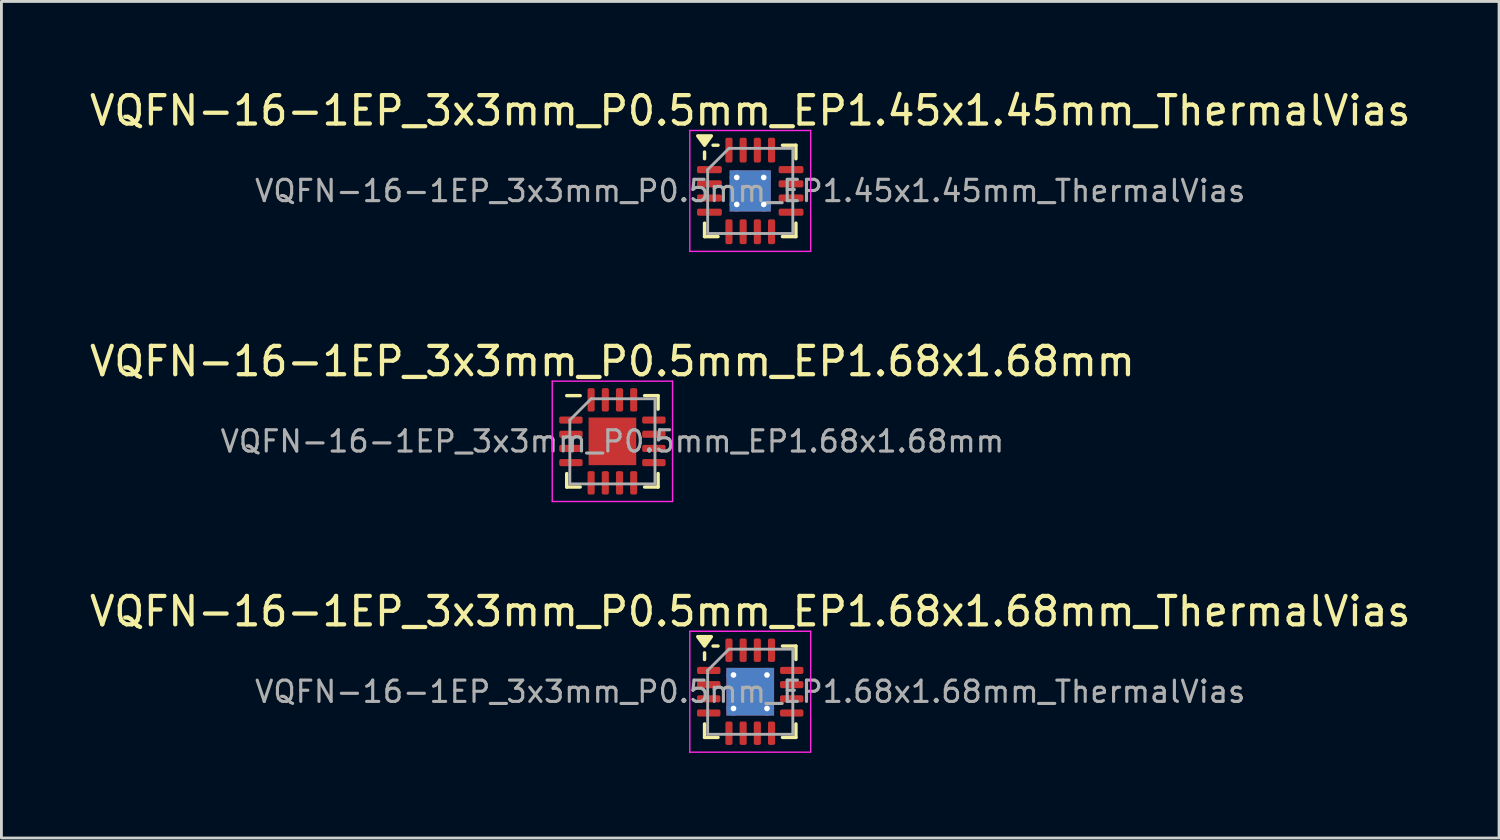
<source format=kicad_pcb>
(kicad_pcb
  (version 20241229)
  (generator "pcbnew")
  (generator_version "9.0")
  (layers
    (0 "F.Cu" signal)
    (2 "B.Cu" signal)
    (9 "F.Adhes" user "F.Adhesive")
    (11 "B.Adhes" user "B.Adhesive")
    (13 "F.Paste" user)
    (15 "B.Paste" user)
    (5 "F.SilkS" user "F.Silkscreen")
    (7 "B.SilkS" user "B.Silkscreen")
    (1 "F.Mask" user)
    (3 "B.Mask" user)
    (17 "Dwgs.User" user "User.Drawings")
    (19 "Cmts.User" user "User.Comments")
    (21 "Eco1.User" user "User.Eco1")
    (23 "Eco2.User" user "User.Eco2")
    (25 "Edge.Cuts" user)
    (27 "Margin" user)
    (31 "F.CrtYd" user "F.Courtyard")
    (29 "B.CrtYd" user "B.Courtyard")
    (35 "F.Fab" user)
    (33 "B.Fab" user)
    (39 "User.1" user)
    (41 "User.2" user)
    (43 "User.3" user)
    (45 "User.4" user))
  (footprint "VQFN-16-1EP_3x3mm_P0.5mm_EP1.68x1.68mm_ThermalVias"
    (layer "F.Cu")
    (at 23.387 21.325)
    (property "Reference" "VQFN-16-1EP_3x3mm_P0.5mm_EP1.68x1.68mm_ThermalVias" (at 0 -2.83 0) (layer "F.SilkS") (effects (font (size 1 1) (thickness 0.15))))
    (attr smd)
    (fp_line (start -1.61 -1.135) (end -1.61 -1.37) (stroke (width 0.12) (type solid)) (layer "F.SilkS"))
    (fp_line (start -1.61 1.61) (end -1.61 1.135) (stroke (width 0.12) (type solid)) (layer "F.SilkS"))
    (fp_line (start -1.135 -1.61) (end -1.31 -1.61) (stroke (width 0.12) (type solid)) (layer "F.SilkS"))
    (fp_line (start -1.135 1.61) (end -1.61 1.61) (stroke (width 0.12) (type solid)) (layer "F.SilkS"))
    (fp_line (start 1.135 -1.61) (end 1.61 -1.61) (stroke (width 0.12) (type solid)) (layer "F.SilkS"))
    (fp_line (start 1.135 1.61) (end 1.61 1.61) (stroke (width 0.12) (type solid)) (layer "F.SilkS"))
    (fp_line (start 1.61 -1.61) (end 1.61 -1.135) (stroke (width 0.12) (type solid)) (layer "F.SilkS"))
    (fp_line (start 1.61 1.61) (end 1.61 1.135) (stroke (width 0.12) (type solid)) (layer "F.SilkS"))
    (fp_poly (pts (xy -1.61 -1.61) (xy -1.85 -1.94) (xy -1.37 -1.94) (xy -1.61 -1.61)) (stroke (width 0.12) (type solid)) (fill yes) (layer "F.SilkS"))
    (fp_line (start -2.13 -2.13) (end -2.13 2.13) (stroke (width 0.05) (type solid)) (layer "F.CrtYd"))
    (fp_line (start -2.13 2.13) (end 2.13 2.13) (stroke (width 0.05) (type solid)) (layer "F.CrtYd"))
    (fp_line (start 2.13 -2.13) (end -2.13 -2.13) (stroke (width 0.05) (type solid)) (layer "F.CrtYd"))
    (fp_line (start 2.13 2.13) (end 2.13 -2.13) (stroke (width 0.05) (type solid)) (layer "F.CrtYd"))
    (fp_line (start -1.5 -0.75) (end -0.75 -1.5) (stroke (width 0.1) (type solid)) (layer "F.Fab"))
    (fp_line (start -1.5 1.5) (end -1.5 -0.75) (stroke (width 0.1) (type solid)) (layer "F.Fab"))
    (fp_line (start -0.75 -1.5) (end 1.5 -1.5) (stroke (width 0.1) (type solid)) (layer "F.Fab"))
    (fp_line (start 1.5 -1.5) (end 1.5 1.5) (stroke (width 0.1) (type solid)) (layer "F.Fab"))
    (fp_line (start 1.5 1.5) (end -1.5 1.5) (stroke (width 0.1) (type solid)) (layer "F.Fab"))
    (fp_text user "${REFERENCE}" (at 0 0 0) (layer "F.Fab") (effects (font (size 0.75 0.75) (thickness 0.11))))
    (pad "" smd roundrect (at -0.42 -0.42) (size 0.73 0.73) (layers "F.Paste") (roundrect_rratio 0.25))
    (pad "" smd roundrect (at -0.42 0.42) (size 0.73 0.73) (layers "F.Paste") (roundrect_rratio 0.25))
    (pad "" smd roundrect (at 0.42 -0.42) (size 0.73 0.73) (layers "F.Paste") (roundrect_rratio 0.25))
    (pad "" smd roundrect (at 0.42 0.42) (size 0.73 0.73) (layers "F.Paste") (roundrect_rratio 0.25))
    (pad "1" smd roundrect (at -1.462 -0.75) (size 0.825 0.25) (layers "F.Cu" "F.Mask" "F.Paste") (roundrect_rratio 0.25))
    (pad "2" smd roundrect (at -1.462 -0.25) (size 0.825 0.25) (layers "F.Cu" "F.Mask" "F.Paste") (roundrect_rratio 0.25))
    (pad "3" smd roundrect (at -1.462 0.25) (size 0.825 0.25) (layers "F.Cu" "F.Mask" "F.Paste") (roundrect_rratio 0.25))
    (pad "4" smd roundrect (at -1.462 0.75) (size 0.825 0.25) (layers "F.Cu" "F.Mask" "F.Paste") (roundrect_rratio 0.25))
    (pad "5" smd roundrect (at -0.75 1.462) (size 0.25 0.825) (layers "F.Cu" "F.Mask" "F.Paste") (roundrect_rratio 0.25))
    (pad "6" smd roundrect (at -0.25 1.462) (size 0.25 0.825) (layers "F.Cu" "F.Mask" "F.Paste") (roundrect_rratio 0.25))
    (pad "7" smd roundrect (at 0.25 1.462) (size 0.25 0.825) (layers "F.Cu" "F.Mask" "F.Paste") (roundrect_rratio 0.25))
    (pad "8" smd roundrect (at 0.75 1.462) (size 0.25 0.825) (layers "F.Cu" "F.Mask" "F.Paste") (roundrect_rratio 0.25))
    (pad "9" smd roundrect (at 1.462 0.75) (size 0.825 0.25) (layers "F.Cu" "F.Mask" "F.Paste") (roundrect_rratio 0.25))
    (pad "10" smd roundrect (at 1.462 0.25) (size 0.825 0.25) (layers "F.Cu" "F.Mask" "F.Paste") (roundrect_rratio 0.25))
    (pad "11" smd roundrect (at 1.462 -0.25) (size 0.825 0.25) (layers "F.Cu" "F.Mask" "F.Paste") (roundrect_rratio 0.25))
    (pad "12" smd roundrect (at 1.462 -0.75) (size 0.825 0.25) (layers "F.Cu" "F.Mask" "F.Paste") (roundrect_rratio 0.25))
    (pad "13" smd roundrect (at 0.75 -1.462) (size 0.25 0.825) (layers "F.Cu" "F.Mask" "F.Paste") (roundrect_rratio 0.25))
    (pad "14" smd roundrect (at 0.25 -1.462) (size 0.25 0.825) (layers "F.Cu" "F.Mask" "F.Paste") (roundrect_rratio 0.25))
    (pad "15" smd roundrect (at -0.25 -1.462) (size 0.25 0.825) (layers "F.Cu" "F.Mask" "F.Paste") (roundrect_rratio 0.25))
    (pad "16" smd roundrect (at -0.75 -1.462) (size 0.25 0.825) (layers "F.Cu" "F.Mask" "F.Paste") (roundrect_rratio 0.25))
    (pad "17" thru_hole circle (at -0.59 -0.59) (size 0.5 0.5) (drill 0.2) (property pad_prop_heatsink) (layers "*.Cu"))
    (pad "17" thru_hole circle (at -0.59 0.59) (size 0.5 0.5) (drill 0.2) (property pad_prop_heatsink) (layers "*.Cu"))
    (pad "17" smd rect (at 0 0) (size 1.68 1.68) (property pad_prop_heatsink) (layers "F.Cu" "F.Mask"))
    (pad "17" smd rect (at 0 0) (size 1.68 1.68) (property pad_prop_heatsink) (layers "B.Cu"))
    (pad "17" thru_hole circle (at 0.59 -0.59) (size 0.5 0.5) (drill 0.2) (property pad_prop_heatsink) (layers "*.Cu"))
    (pad "17" thru_hole circle (at 0.59 0.59) (size 0.5 0.5) (drill 0.2) (property pad_prop_heatsink) (layers "*.Cu")))
  (footprint "VQFN-16-1EP_3x3mm_P0.5mm_EP1.68x1.68mm"
    (layer "F.Cu")
    (at 18.53 12.502)
    (property "Reference" "VQFN-16-1EP_3x3mm_P0.5mm_EP1.68x1.68mm" (at 0 -2.82 0) (layer "F.SilkS") (effects (font (size 1 1) (thickness 0.15))))
    (attr smd)
    (fp_line (start -1.61 1.61) (end -1.61 1.135) (stroke (width 0.12) (type solid)) (layer "F.SilkS"))
    (fp_line (start -1.135 -1.61) (end -1.61 -1.61) (stroke (width 0.12) (type solid)) (layer "F.SilkS"))
    (fp_line (start -1.135 1.61) (end -1.61 1.61) (stroke (width 0.12) (type solid)) (layer "F.SilkS"))
    (fp_line (start 1.135 -1.61) (end 1.61 -1.61) (stroke (width 0.12) (type solid)) (layer "F.SilkS"))
    (fp_line (start 1.135 1.61) (end 1.61 1.61) (stroke (width 0.12) (type solid)) (layer "F.SilkS"))
    (fp_line (start 1.61 -1.61) (end 1.61 -1.135) (stroke (width 0.12) (type solid)) (layer "F.SilkS"))
    (fp_line (start 1.61 1.61) (end 1.61 1.135) (stroke (width 0.12) (type solid)) (layer "F.SilkS"))
    (fp_line (start -2.12 -2.12) (end -2.12 2.12) (stroke (width 0.05) (type solid)) (layer "F.CrtYd"))
    (fp_line (start -2.12 2.12) (end 2.12 2.12) (stroke (width 0.05) (type solid)) (layer "F.CrtYd"))
    (fp_line (start 2.12 -2.12) (end -2.12 -2.12) (stroke (width 0.05) (type solid)) (layer "F.CrtYd"))
    (fp_line (start 2.12 2.12) (end 2.12 -2.12) (stroke (width 0.05) (type solid)) (layer "F.CrtYd"))
    (fp_line (start -1.5 -0.75) (end -0.75 -1.5) (stroke (width 0.1) (type solid)) (layer "F.Fab"))
    (fp_line (start -1.5 1.5) (end -1.5 -0.75) (stroke (width 0.1) (type solid)) (layer "F.Fab"))
    (fp_line (start -0.75 -1.5) (end 1.5 -1.5) (stroke (width 0.1) (type solid)) (layer "F.Fab"))
    (fp_line (start 1.5 -1.5) (end 1.5 1.5) (stroke (width 0.1) (type solid)) (layer "F.Fab"))
    (fp_line (start 1.5 1.5) (end -1.5 1.5) (stroke (width 0.1) (type solid)) (layer "F.Fab"))
    (fp_text user "${REFERENCE}" (at 0 0 0) (layer "F.Fab") (effects (font (size 0.75 0.75) (thickness 0.11))))
    (pad "" smd roundrect (at -0.42 -0.42) (size 0.68 0.68) (layers "F.Paste") (roundrect_rratio 0.25))
    (pad "" smd roundrect (at -0.42 0.42) (size 0.68 0.68) (layers "F.Paste") (roundrect_rratio 0.25))
    (pad "" smd roundrect (at 0.42 -0.42) (size 0.68 0.68) (layers "F.Paste") (roundrect_rratio 0.25))
    (pad "" smd roundrect (at 0.42 0.42) (size 0.68 0.68) (layers "F.Paste") (roundrect_rratio 0.25))
    (pad "1" smd roundrect (at -1.462 -0.75) (size 0.825 0.25) (layers "F.Cu" "F.Mask" "F.Paste") (roundrect_rratio 0.25))
    (pad "2" smd roundrect (at -1.462 -0.25) (size 0.825 0.25) (layers "F.Cu" "F.Mask" "F.Paste") (roundrect_rratio 0.25))
    (pad "3" smd roundrect (at -1.462 0.25) (size 0.825 0.25) (layers "F.Cu" "F.Mask" "F.Paste") (roundrect_rratio 0.25))
    (pad "4" smd roundrect (at -1.462 0.75) (size 0.825 0.25) (layers "F.Cu" "F.Mask" "F.Paste") (roundrect_rratio 0.25))
    (pad "5" smd roundrect (at -0.75 1.462) (size 0.25 0.825) (layers "F.Cu" "F.Mask" "F.Paste") (roundrect_rratio 0.25))
    (pad "6" smd roundrect (at -0.25 1.462) (size 0.25 0.825) (layers "F.Cu" "F.Mask" "F.Paste") (roundrect_rratio 0.25))
    (pad "7" smd roundrect (at 0.25 1.462) (size 0.25 0.825) (layers "F.Cu" "F.Mask" "F.Paste") (roundrect_rratio 0.25))
    (pad "8" smd roundrect (at 0.75 1.462) (size 0.25 0.825) (layers "F.Cu" "F.Mask" "F.Paste") (roundrect_rratio 0.25))
    (pad "9" smd roundrect (at 1.462 0.75) (size 0.825 0.25) (layers "F.Cu" "F.Mask" "F.Paste") (roundrect_rratio 0.25))
    (pad "10" smd roundrect (at 1.462 0.25) (size 0.825 0.25) (layers "F.Cu" "F.Mask" "F.Paste") (roundrect_rratio 0.25))
    (pad "11" smd roundrect (at 1.462 -0.25) (size 0.825 0.25) (layers "F.Cu" "F.Mask" "F.Paste") (roundrect_rratio 0.25))
    (pad "12" smd roundrect (at 1.462 -0.75) (size 0.825 0.25) (layers "F.Cu" "F.Mask" "F.Paste") (roundrect_rratio 0.25))
    (pad "13" smd roundrect (at 0.75 -1.462) (size 0.25 0.825) (layers "F.Cu" "F.Mask" "F.Paste") (roundrect_rratio 0.25))
    (pad "14" smd roundrect (at 0.25 -1.462) (size 0.25 0.825) (layers "F.Cu" "F.Mask" "F.Paste") (roundrect_rratio 0.25))
    (pad "15" smd roundrect (at -0.25 -1.462) (size 0.25 0.825) (layers "F.Cu" "F.Mask" "F.Paste") (roundrect_rratio 0.25))
    (pad "16" smd roundrect (at -0.75 -1.462) (size 0.25 0.825) (layers "F.Cu" "F.Mask" "F.Paste") (roundrect_rratio 0.25))
    (pad "17" smd rect (at 0 0) (size 1.68 1.68) (layers "F.Cu" "F.Mask")))
  (footprint "VQFN-16-1EP_3x3mm_P0.5mm_EP1.45x1.45mm_ThermalVias"
    (layer "F.Cu")
    (at 23.387 3.678)
    (property "Reference" "VQFN-16-1EP_3x3mm_P0.5mm_EP1.45x1.45mm_ThermalVias" (at 0 -2.83 0) (layer "F.SilkS") (effects (font (size 1 1) (thickness 0.15))))
    (attr smd)
    (fp_line (start -1.61 -1.135) (end -1.61 -1.37) (stroke (width 0.12) (type solid)) (layer "F.SilkS"))
    (fp_line (start -1.61 1.61) (end -1.61 1.135) (stroke (width 0.12) (type solid)) (layer "F.SilkS"))
    (fp_line (start -1.135 -1.61) (end -1.31 -1.61) (stroke (width 0.12) (type solid)) (layer "F.SilkS"))
    (fp_line (start -1.135 1.61) (end -1.61 1.61) (stroke (width 0.12) (type solid)) (layer "F.SilkS"))
    (fp_line (start 1.135 -1.61) (end 1.61 -1.61) (stroke (width 0.12) (type solid)) (layer "F.SilkS"))
    (fp_line (start 1.135 1.61) (end 1.61 1.61) (stroke (width 0.12) (type solid)) (layer "F.SilkS"))
    (fp_line (start 1.61 -1.61) (end 1.61 -1.135) (stroke (width 0.12) (type solid)) (layer "F.SilkS"))
    (fp_line (start 1.61 1.61) (end 1.61 1.135) (stroke (width 0.12) (type solid)) (layer "F.SilkS"))
    (fp_poly (pts (xy -1.61 -1.61) (xy -1.85 -1.94) (xy -1.37 -1.94) (xy -1.61 -1.61)) (stroke (width 0.12) (type solid)) (fill yes) (layer "F.SilkS"))
    (fp_line (start -2.13 -2.13) (end -2.13 2.13) (stroke (width 0.05) (type solid)) (layer "F.CrtYd"))
    (fp_line (start -2.13 2.13) (end 2.13 2.13) (stroke (width 0.05) (type solid)) (layer "F.CrtYd"))
    (fp_line (start 2.13 -2.13) (end -2.13 -2.13) (stroke (width 0.05) (type solid)) (layer "F.CrtYd"))
    (fp_line (start 2.13 2.13) (end 2.13 -2.13) (stroke (width 0.05) (type solid)) (layer "F.CrtYd"))
    (fp_line (start -1.5 -0.75) (end -0.75 -1.5) (stroke (width 0.1) (type solid)) (layer "F.Fab"))
    (fp_line (start -1.5 1.5) (end -1.5 -0.75) (stroke (width 0.1) (type solid)) (layer "F.Fab"))
    (fp_line (start -0.75 -1.5) (end 1.5 -1.5) (stroke (width 0.1) (type solid)) (layer "F.Fab"))
    (fp_line (start 1.5 -1.5) (end 1.5 1.5) (stroke (width 0.1) (type solid)) (layer "F.Fab"))
    (fp_line (start 1.5 1.5) (end -1.5 1.5) (stroke (width 0.1) (type solid)) (layer "F.Fab"))
    (fp_text user "${REFERENCE}" (at 0 0 0) (layer "F.Fab") (effects (font (size 0.75 0.75) (thickness 0.11))))
    (pad "" smd roundrect (at -0.36 -0.36) (size 0.63 0.63) (layers "F.Paste") (roundrect_rratio 0.25))
    (pad "" smd roundrect (at -0.36 0.36) (size 0.63 0.63) (layers "F.Paste") (roundrect_rratio 0.25))
    (pad "" smd roundrect (at 0.36 -0.36) (size 0.63 0.63) (layers "F.Paste") (roundrect_rratio 0.25))
    (pad "" smd roundrect (at 0.36 0.36) (size 0.63 0.63) (layers "F.Paste") (roundrect_rratio 0.25))
    (pad "1" smd roundrect (at -1.438 -0.75) (size 0.875 0.25) (layers "F.Cu" "F.Mask" "F.Paste") (roundrect_rratio 0.25))
    (pad "2" smd roundrect (at -1.438 -0.25) (size 0.875 0.25) (layers "F.Cu" "F.Mask" "F.Paste") (roundrect_rratio 0.25))
    (pad "3" smd roundrect (at -1.438 0.25) (size 0.875 0.25) (layers "F.Cu" "F.Mask" "F.Paste") (roundrect_rratio 0.25))
    (pad "4" smd roundrect (at -1.438 0.75) (size 0.875 0.25) (layers "F.Cu" "F.Mask" "F.Paste") (roundrect_rratio 0.25))
    (pad "5" smd roundrect (at -0.75 1.438) (size 0.25 0.875) (layers "F.Cu" "F.Mask" "F.Paste") (roundrect_rratio 0.25))
    (pad "6" smd roundrect (at -0.25 1.438) (size 0.25 0.875) (layers "F.Cu" "F.Mask" "F.Paste") (roundrect_rratio 0.25))
    (pad "7" smd roundrect (at 0.25 1.438) (size 0.25 0.875) (layers "F.Cu" "F.Mask" "F.Paste") (roundrect_rratio 0.25))
    (pad "8" smd roundrect (at 0.75 1.438) (size 0.25 0.875) (layers "F.Cu" "F.Mask" "F.Paste") (roundrect_rratio 0.25))
    (pad "9" smd roundrect (at 1.438 0.75) (size 0.875 0.25) (layers "F.Cu" "F.Mask" "F.Paste") (roundrect_rratio 0.25))
    (pad "10" smd roundrect (at 1.438 0.25) (size 0.875 0.25) (layers "F.Cu" "F.Mask" "F.Paste") (roundrect_rratio 0.25))
    (pad "11" smd roundrect (at 1.438 -0.25) (size 0.875 0.25) (layers "F.Cu" "F.Mask" "F.Paste") (roundrect_rratio 0.25))
    (pad "12" smd roundrect (at 1.438 -0.75) (size 0.875 0.25) (layers "F.Cu" "F.Mask" "F.Paste") (roundrect_rratio 0.25))
    (pad "13" smd roundrect (at 0.75 -1.438) (size 0.25 0.875) (layers "F.Cu" "F.Mask" "F.Paste") (roundrect_rratio 0.25))
    (pad "14" smd roundrect (at 0.25 -1.438) (size 0.25 0.875) (layers "F.Cu" "F.Mask" "F.Paste") (roundrect_rratio 0.25))
    (pad "15" smd roundrect (at -0.25 -1.438) (size 0.25 0.875) (layers "F.Cu" "F.Mask" "F.Paste") (roundrect_rratio 0.25))
    (pad "16" smd roundrect (at -0.75 -1.438) (size 0.25 0.875) (layers "F.Cu" "F.Mask" "F.Paste") (roundrect_rratio 0.25))
    (pad "17" thru_hole circle (at -0.475 -0.475) (size 0.5 0.5) (drill 0.2) (property pad_prop_heatsink) (layers "*.Cu"))
    (pad "17" thru_hole circle (at -0.475 0.475) (size 0.5 0.5) (drill 0.2) (property pad_prop_heatsink) (layers "*.Cu"))
    (pad "17" smd rect (at 0 0) (size 1.45 1.45) (property pad_prop_heatsink) (layers "F.Cu" "F.Mask"))
    (pad "17" smd rect (at 0 0) (size 1.45 1.45) (property pad_prop_heatsink) (layers "B.Cu"))
    (pad "17" thru_hole circle (at 0.475 -0.475) (size 0.5 0.5) (drill 0.2) (property pad_prop_heatsink) (layers "*.Cu"))
    (pad "17" thru_hole circle (at 0.475 0.475) (size 0.5 0.5) (drill 0.2) (property pad_prop_heatsink) (layers "*.Cu")))
  (gr_rect
    (start -3 -3)
    (end 49.774 26.48)
    (stroke (width 0.1) (type default))
    (fill no)
    (layer "Edge.Cuts")))
</source>
